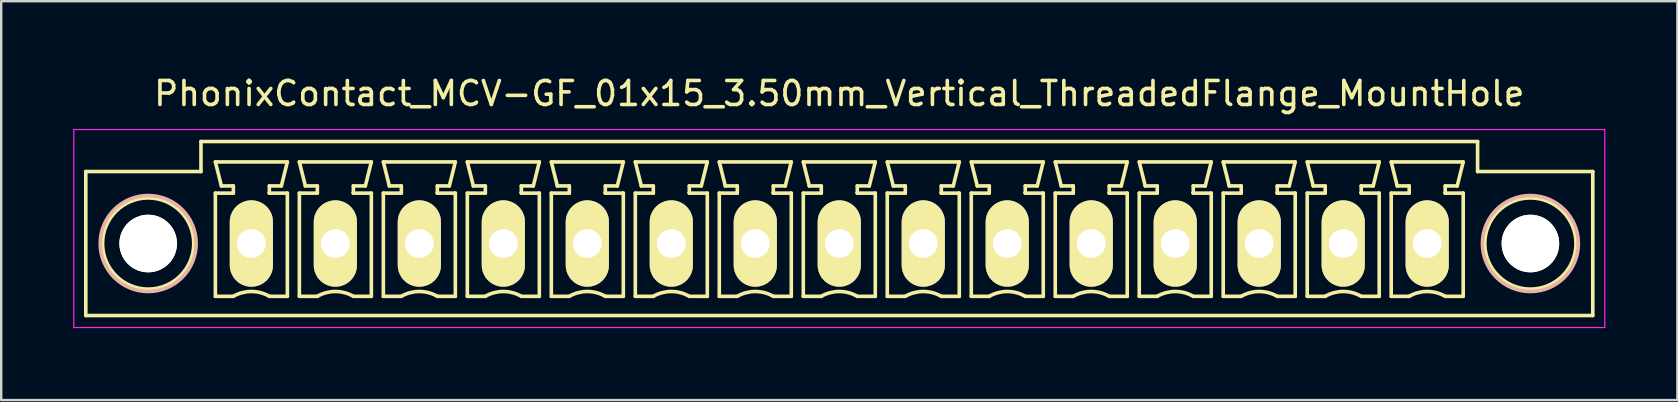
<source format=kicad_pcb>
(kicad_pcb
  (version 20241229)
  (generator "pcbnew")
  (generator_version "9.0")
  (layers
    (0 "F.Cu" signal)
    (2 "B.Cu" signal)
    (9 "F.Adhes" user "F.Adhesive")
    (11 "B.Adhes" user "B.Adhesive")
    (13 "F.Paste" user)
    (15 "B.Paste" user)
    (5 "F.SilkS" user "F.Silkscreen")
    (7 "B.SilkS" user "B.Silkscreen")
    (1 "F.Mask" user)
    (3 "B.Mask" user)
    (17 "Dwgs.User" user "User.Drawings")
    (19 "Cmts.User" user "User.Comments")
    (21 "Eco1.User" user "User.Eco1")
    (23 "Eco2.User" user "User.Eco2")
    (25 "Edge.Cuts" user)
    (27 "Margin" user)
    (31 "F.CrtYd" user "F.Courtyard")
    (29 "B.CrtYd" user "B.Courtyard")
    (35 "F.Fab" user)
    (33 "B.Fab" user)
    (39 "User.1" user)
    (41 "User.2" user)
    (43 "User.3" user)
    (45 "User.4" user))
  (footprint "PhonixContact_MCV-GF_01x15_3.50mm_Vertical_ThreadedFlange_MountHole"
    (layer "F.Cu")
    (at 7.425 7.098)
    (property "Reference" "PhonixContact_MCV-GF_01x15_3.50mm_Vertical_ThreadedFlange_MountHole" (at 24.5 -6.25 0) (layer "F.SilkS") (effects (font (size 1 1) (thickness 0.15))))
    (attr through_hole)
    (fp_line (start -6.9 -3) (end -6.9 3) (stroke (width 0.15) (type solid)) (layer "F.SilkS"))
    (fp_line (start -6.9 3) (end 55.9 3) (stroke (width 0.15) (type solid)) (layer "F.SilkS"))
    (fp_line (start -2.1 -4.25) (end -2.1 -3) (stroke (width 0.15) (type solid)) (layer "F.SilkS"))
    (fp_line (start -2.1 -3) (end -6.9 -3) (stroke (width 0.15) (type solid)) (layer "F.SilkS"))
    (fp_line (start -1.5 -3.4) (end 1.5 -3.4) (stroke (width 0.15) (type solid)) (layer "F.SilkS"))
    (fp_line (start -1.5 -2.1) (end -0.75 -2.1) (stroke (width 0.15) (type solid)) (layer "F.SilkS"))
    (fp_line (start -1.5 2.2) (end -1.5 -2.1) (stroke (width 0.15) (type solid)) (layer "F.SilkS"))
    (fp_line (start -1.25 -2.4) (end -1.5 -3.4) (stroke (width 0.15) (type solid)) (layer "F.SilkS"))
    (fp_line (start -0.75 -2.4) (end -1.25 -2.4) (stroke (width 0.15) (type solid)) (layer "F.SilkS"))
    (fp_line (start -0.75 -2.1) (end -0.75 -2.4) (stroke (width 0.15) (type solid)) (layer "F.SilkS"))
    (fp_line (start -0.75 2.2) (end -1.5 2.2) (stroke (width 0.15) (type solid)) (layer "F.SilkS"))
    (fp_line (start 0.75 -2.4) (end 0.75 -2.1) (stroke (width 0.15) (type solid)) (layer "F.SilkS"))
    (fp_line (start 0.75 -2.1) (end 0.75 -2.1) (stroke (width 0.15) (type solid)) (layer "F.SilkS"))
    (fp_line (start 0.75 -2.1) (end 1.5 -2.1) (stroke (width 0.15) (type solid)) (layer "F.SilkS"))
    (fp_line (start 1.25 -2.4) (end 0.75 -2.4) (stroke (width 0.15) (type solid)) (layer "F.SilkS"))
    (fp_line (start 1.5 -3.4) (end 1.25 -2.4) (stroke (width 0.15) (type solid)) (layer "F.SilkS"))
    (fp_line (start 1.5 -2.1) (end 1.5 2.2) (stroke (width 0.15) (type solid)) (layer "F.SilkS"))
    (fp_line (start 1.5 2.2) (end 0.75 2.2) (stroke (width 0.15) (type solid)) (layer "F.SilkS"))
    (fp_line (start 2 -3.4) (end 5 -3.4) (stroke (width 0.15) (type solid)) (layer "F.SilkS"))
    (fp_line (start 2 -2.1) (end 2.75 -2.1) (stroke (width 0.15) (type solid)) (layer "F.SilkS"))
    (fp_line (start 2 2.2) (end 2 -2.1) (stroke (width 0.15) (type solid)) (layer "F.SilkS"))
    (fp_line (start 2.25 -2.4) (end 2 -3.4) (stroke (width 0.15) (type solid)) (layer "F.SilkS"))
    (fp_line (start 2.75 -2.4) (end 2.25 -2.4) (stroke (width 0.15) (type solid)) (layer "F.SilkS"))
    (fp_line (start 2.75 -2.1) (end 2.75 -2.4) (stroke (width 0.15) (type solid)) (layer "F.SilkS"))
    (fp_line (start 2.75 2.2) (end 2 2.2) (stroke (width 0.15) (type solid)) (layer "F.SilkS"))
    (fp_line (start 4.25 -2.4) (end 4.25 -2.1) (stroke (width 0.15) (type solid)) (layer "F.SilkS"))
    (fp_line (start 4.25 -2.1) (end 4.25 -2.1) (stroke (width 0.15) (type solid)) (layer "F.SilkS"))
    (fp_line (start 4.25 -2.1) (end 5 -2.1) (stroke (width 0.15) (type solid)) (layer "F.SilkS"))
    (fp_line (start 4.75 -2.4) (end 4.25 -2.4) (stroke (width 0.15) (type solid)) (layer "F.SilkS"))
    (fp_line (start 5 -3.4) (end 4.75 -2.4) (stroke (width 0.15) (type solid)) (layer "F.SilkS"))
    (fp_line (start 5 -2.1) (end 5 2.2) (stroke (width 0.15) (type solid)) (layer "F.SilkS"))
    (fp_line (start 5 2.2) (end 4.25 2.2) (stroke (width 0.15) (type solid)) (layer "F.SilkS"))
    (fp_line (start 5.5 -3.4) (end 8.5 -3.4) (stroke (width 0.15) (type solid)) (layer "F.SilkS"))
    (fp_line (start 5.5 -2.1) (end 6.25 -2.1) (stroke (width 0.15) (type solid)) (layer "F.SilkS"))
    (fp_line (start 5.5 2.2) (end 5.5 -2.1) (stroke (width 0.15) (type solid)) (layer "F.SilkS"))
    (fp_line (start 5.75 -2.4) (end 5.5 -3.4) (stroke (width 0.15) (type solid)) (layer "F.SilkS"))
    (fp_line (start 6.25 -2.4) (end 5.75 -2.4) (stroke (width 0.15) (type solid)) (layer "F.SilkS"))
    (fp_line (start 6.25 -2.1) (end 6.25 -2.4) (stroke (width 0.15) (type solid)) (layer "F.SilkS"))
    (fp_line (start 6.25 2.2) (end 5.5 2.2) (stroke (width 0.15) (type solid)) (layer "F.SilkS"))
    (fp_line (start 7.75 -2.4) (end 7.75 -2.1) (stroke (width 0.15) (type solid)) (layer "F.SilkS"))
    (fp_line (start 7.75 -2.1) (end 7.75 -2.1) (stroke (width 0.15) (type solid)) (layer "F.SilkS"))
    (fp_line (start 7.75 -2.1) (end 8.5 -2.1) (stroke (width 0.15) (type solid)) (layer "F.SilkS"))
    (fp_line (start 8.25 -2.4) (end 7.75 -2.4) (stroke (width 0.15) (type solid)) (layer "F.SilkS"))
    (fp_line (start 8.5 -3.4) (end 8.25 -2.4) (stroke (width 0.15) (type solid)) (layer "F.SilkS"))
    (fp_line (start 8.5 -2.1) (end 8.5 2.2) (stroke (width 0.15) (type solid)) (layer "F.SilkS"))
    (fp_line (start 8.5 2.2) (end 7.75 2.2) (stroke (width 0.15) (type solid)) (layer "F.SilkS"))
    (fp_line (start 9 -3.4) (end 12 -3.4) (stroke (width 0.15) (type solid)) (layer "F.SilkS"))
    (fp_line (start 9 -2.1) (end 9.75 -2.1) (stroke (width 0.15) (type solid)) (layer "F.SilkS"))
    (fp_line (start 9 2.2) (end 9 -2.1) (stroke (width 0.15) (type solid)) (layer "F.SilkS"))
    (fp_line (start 9.25 -2.4) (end 9 -3.4) (stroke (width 0.15) (type solid)) (layer "F.SilkS"))
    (fp_line (start 9.75 -2.4) (end 9.25 -2.4) (stroke (width 0.15) (type solid)) (layer "F.SilkS"))
    (fp_line (start 9.75 -2.1) (end 9.75 -2.4) (stroke (width 0.15) (type solid)) (layer "F.SilkS"))
    (fp_line (start 9.75 2.2) (end 9 2.2) (stroke (width 0.15) (type solid)) (layer "F.SilkS"))
    (fp_line (start 11.25 -2.4) (end 11.25 -2.1) (stroke (width 0.15) (type solid)) (layer "F.SilkS"))
    (fp_line (start 11.25 -2.1) (end 11.25 -2.1) (stroke (width 0.15) (type solid)) (layer "F.SilkS"))
    (fp_line (start 11.25 -2.1) (end 12 -2.1) (stroke (width 0.15) (type solid)) (layer "F.SilkS"))
    (fp_line (start 11.75 -2.4) (end 11.25 -2.4) (stroke (width 0.15) (type solid)) (layer "F.SilkS"))
    (fp_line (start 12 -3.4) (end 11.75 -2.4) (stroke (width 0.15) (type solid)) (layer "F.SilkS"))
    (fp_line (start 12 -2.1) (end 12 2.2) (stroke (width 0.15) (type solid)) (layer "F.SilkS"))
    (fp_line (start 12 2.2) (end 11.25 2.2) (stroke (width 0.15) (type solid)) (layer "F.SilkS"))
    (fp_line (start 12.5 -3.4) (end 15.5 -3.4) (stroke (width 0.15) (type solid)) (layer "F.SilkS"))
    (fp_line (start 12.5 -2.1) (end 13.25 -2.1) (stroke (width 0.15) (type solid)) (layer "F.SilkS"))
    (fp_line (start 12.5 2.2) (end 12.5 -2.1) (stroke (width 0.15) (type solid)) (layer "F.SilkS"))
    (fp_line (start 12.75 -2.4) (end 12.5 -3.4) (stroke (width 0.15) (type solid)) (layer "F.SilkS"))
    (fp_line (start 13.25 -2.4) (end 12.75 -2.4) (stroke (width 0.15) (type solid)) (layer "F.SilkS"))
    (fp_line (start 13.25 -2.1) (end 13.25 -2.4) (stroke (width 0.15) (type solid)) (layer "F.SilkS"))
    (fp_line (start 13.25 2.2) (end 12.5 2.2) (stroke (width 0.15) (type solid)) (layer "F.SilkS"))
    (fp_line (start 14.75 -2.4) (end 14.75 -2.1) (stroke (width 0.15) (type solid)) (layer "F.SilkS"))
    (fp_line (start 14.75 -2.1) (end 14.75 -2.1) (stroke (width 0.15) (type solid)) (layer "F.SilkS"))
    (fp_line (start 14.75 -2.1) (end 15.5 -2.1) (stroke (width 0.15) (type solid)) (layer "F.SilkS"))
    (fp_line (start 15.25 -2.4) (end 14.75 -2.4) (stroke (width 0.15) (type solid)) (layer "F.SilkS"))
    (fp_line (start 15.5 -3.4) (end 15.25 -2.4) (stroke (width 0.15) (type solid)) (layer "F.SilkS"))
    (fp_line (start 15.5 -2.1) (end 15.5 2.2) (stroke (width 0.15) (type solid)) (layer "F.SilkS"))
    (fp_line (start 15.5 2.2) (end 14.75 2.2) (stroke (width 0.15) (type solid)) (layer "F.SilkS"))
    (fp_line (start 16 -3.4) (end 19 -3.4) (stroke (width 0.15) (type solid)) (layer "F.SilkS"))
    (fp_line (start 16 -2.1) (end 16.75 -2.1) (stroke (width 0.15) (type solid)) (layer "F.SilkS"))
    (fp_line (start 16 2.2) (end 16 -2.1) (stroke (width 0.15) (type solid)) (layer "F.SilkS"))
    (fp_line (start 16.25 -2.4) (end 16 -3.4) (stroke (width 0.15) (type solid)) (layer "F.SilkS"))
    (fp_line (start 16.75 -2.4) (end 16.25 -2.4) (stroke (width 0.15) (type solid)) (layer "F.SilkS"))
    (fp_line (start 16.75 -2.1) (end 16.75 -2.4) (stroke (width 0.15) (type solid)) (layer "F.SilkS"))
    (fp_line (start 16.75 2.2) (end 16 2.2) (stroke (width 0.15) (type solid)) (layer "F.SilkS"))
    (fp_line (start 18.25 -2.4) (end 18.25 -2.1) (stroke (width 0.15) (type solid)) (layer "F.SilkS"))
    (fp_line (start 18.25 -2.1) (end 18.25 -2.1) (stroke (width 0.15) (type solid)) (layer "F.SilkS"))
    (fp_line (start 18.25 -2.1) (end 19 -2.1) (stroke (width 0.15) (type solid)) (layer "F.SilkS"))
    (fp_line (start 18.75 -2.4) (end 18.25 -2.4) (stroke (width 0.15) (type solid)) (layer "F.SilkS"))
    (fp_line (start 19 -3.4) (end 18.75 -2.4) (stroke (width 0.15) (type solid)) (layer "F.SilkS"))
    (fp_line (start 19 -2.1) (end 19 2.2) (stroke (width 0.15) (type solid)) (layer "F.SilkS"))
    (fp_line (start 19 2.2) (end 18.25 2.2) (stroke (width 0.15) (type solid)) (layer "F.SilkS"))
    (fp_line (start 19.5 -3.4) (end 22.5 -3.4) (stroke (width 0.15) (type solid)) (layer "F.SilkS"))
    (fp_line (start 19.5 -2.1) (end 20.25 -2.1) (stroke (width 0.15) (type solid)) (layer "F.SilkS"))
    (fp_line (start 19.5 2.2) (end 19.5 -2.1) (stroke (width 0.15) (type solid)) (layer "F.SilkS"))
    (fp_line (start 19.75 -2.4) (end 19.5 -3.4) (stroke (width 0.15) (type solid)) (layer "F.SilkS"))
    (fp_line (start 20.25 -2.4) (end 19.75 -2.4) (stroke (width 0.15) (type solid)) (layer "F.SilkS"))
    (fp_line (start 20.25 -2.1) (end 20.25 -2.4) (stroke (width 0.15) (type solid)) (layer "F.SilkS"))
    (fp_line (start 20.25 2.2) (end 19.5 2.2) (stroke (width 0.15) (type solid)) (layer "F.SilkS"))
    (fp_line (start 21.75 -2.4) (end 21.75 -2.1) (stroke (width 0.15) (type solid)) (layer "F.SilkS"))
    (fp_line (start 21.75 -2.1) (end 21.75 -2.1) (stroke (width 0.15) (type solid)) (layer "F.SilkS"))
    (fp_line (start 21.75 -2.1) (end 22.5 -2.1) (stroke (width 0.15) (type solid)) (layer "F.SilkS"))
    (fp_line (start 22.25 -2.4) (end 21.75 -2.4) (stroke (width 0.15) (type solid)) (layer "F.SilkS"))
    (fp_line (start 22.5 -3.4) (end 22.25 -2.4) (stroke (width 0.15) (type solid)) (layer "F.SilkS"))
    (fp_line (start 22.5 -2.1) (end 22.5 2.2) (stroke (width 0.15) (type solid)) (layer "F.SilkS"))
    (fp_line (start 22.5 2.2) (end 21.75 2.2) (stroke (width 0.15) (type solid)) (layer "F.SilkS"))
    (fp_line (start 23 -3.4) (end 26 -3.4) (stroke (width 0.15) (type solid)) (layer "F.SilkS"))
    (fp_line (start 23 -2.1) (end 23.75 -2.1) (stroke (width 0.15) (type solid)) (layer "F.SilkS"))
    (fp_line (start 23 2.2) (end 23 -2.1) (stroke (width 0.15) (type solid)) (layer "F.SilkS"))
    (fp_line (start 23.25 -2.4) (end 23 -3.4) (stroke (width 0.15) (type solid)) (layer "F.SilkS"))
    (fp_line (start 23.75 -2.4) (end 23.25 -2.4) (stroke (width 0.15) (type solid)) (layer "F.SilkS"))
    (fp_line (start 23.75 -2.1) (end 23.75 -2.4) (stroke (width 0.15) (type solid)) (layer "F.SilkS"))
    (fp_line (start 23.75 2.2) (end 23 2.2) (stroke (width 0.15) (type solid)) (layer "F.SilkS"))
    (fp_line (start 25.25 -2.4) (end 25.25 -2.1) (stroke (width 0.15) (type solid)) (layer "F.SilkS"))
    (fp_line (start 25.25 -2.1) (end 25.25 -2.1) (stroke (width 0.15) (type solid)) (layer "F.SilkS"))
    (fp_line (start 25.25 -2.1) (end 26 -2.1) (stroke (width 0.15) (type solid)) (layer "F.SilkS"))
    (fp_line (start 25.75 -2.4) (end 25.25 -2.4) (stroke (width 0.15) (type solid)) (layer "F.SilkS"))
    (fp_line (start 26 -3.4) (end 25.75 -2.4) (stroke (width 0.15) (type solid)) (layer "F.SilkS"))
    (fp_line (start 26 -2.1) (end 26 2.2) (stroke (width 0.15) (type solid)) (layer "F.SilkS"))
    (fp_line (start 26 2.2) (end 25.25 2.2) (stroke (width 0.15) (type solid)) (layer "F.SilkS"))
    (fp_line (start 26.5 -3.4) (end 29.5 -3.4) (stroke (width 0.15) (type solid)) (layer "F.SilkS"))
    (fp_line (start 26.5 -2.1) (end 27.25 -2.1) (stroke (width 0.15) (type solid)) (layer "F.SilkS"))
    (fp_line (start 26.5 2.2) (end 26.5 -2.1) (stroke (width 0.15) (type solid)) (layer "F.SilkS"))
    (fp_line (start 26.75 -2.4) (end 26.5 -3.4) (stroke (width 0.15) (type solid)) (layer "F.SilkS"))
    (fp_line (start 27.25 -2.4) (end 26.75 -2.4) (stroke (width 0.15) (type solid)) (layer "F.SilkS"))
    (fp_line (start 27.25 -2.1) (end 27.25 -2.4) (stroke (width 0.15) (type solid)) (layer "F.SilkS"))
    (fp_line (start 27.25 2.2) (end 26.5 2.2) (stroke (width 0.15) (type solid)) (layer "F.SilkS"))
    (fp_line (start 28.75 -2.4) (end 28.75 -2.1) (stroke (width 0.15) (type solid)) (layer "F.SilkS"))
    (fp_line (start 28.75 -2.1) (end 28.75 -2.1) (stroke (width 0.15) (type solid)) (layer "F.SilkS"))
    (fp_line (start 28.75 -2.1) (end 29.5 -2.1) (stroke (width 0.15) (type solid)) (layer "F.SilkS"))
    (fp_line (start 29.25 -2.4) (end 28.75 -2.4) (stroke (width 0.15) (type solid)) (layer "F.SilkS"))
    (fp_line (start 29.5 -3.4) (end 29.25 -2.4) (stroke (width 0.15) (type solid)) (layer "F.SilkS"))
    (fp_line (start 29.5 -2.1) (end 29.5 2.2) (stroke (width 0.15) (type solid)) (layer "F.SilkS"))
    (fp_line (start 29.5 2.2) (end 28.75 2.2) (stroke (width 0.15) (type solid)) (layer "F.SilkS"))
    (fp_line (start 30 -3.4) (end 33 -3.4) (stroke (width 0.15) (type solid)) (layer "F.SilkS"))
    (fp_line (start 30 -2.1) (end 30.75 -2.1) (stroke (width 0.15) (type solid)) (layer "F.SilkS"))
    (fp_line (start 30 2.2) (end 30 -2.1) (stroke (width 0.15) (type solid)) (layer "F.SilkS"))
    (fp_line (start 30.25 -2.4) (end 30 -3.4) (stroke (width 0.15) (type solid)) (layer "F.SilkS"))
    (fp_line (start 30.75 -2.4) (end 30.25 -2.4) (stroke (width 0.15) (type solid)) (layer "F.SilkS"))
    (fp_line (start 30.75 -2.1) (end 30.75 -2.4) (stroke (width 0.15) (type solid)) (layer "F.SilkS"))
    (fp_line (start 30.75 2.2) (end 30 2.2) (stroke (width 0.15) (type solid)) (layer "F.SilkS"))
    (fp_line (start 32.25 -2.4) (end 32.25 -2.1) (stroke (width 0.15) (type solid)) (layer "F.SilkS"))
    (fp_line (start 32.25 -2.1) (end 32.25 -2.1) (stroke (width 0.15) (type solid)) (layer "F.SilkS"))
    (fp_line (start 32.25 -2.1) (end 33 -2.1) (stroke (width 0.15) (type solid)) (layer "F.SilkS"))
    (fp_line (start 32.75 -2.4) (end 32.25 -2.4) (stroke (width 0.15) (type solid)) (layer "F.SilkS"))
    (fp_line (start 33 -3.4) (end 32.75 -2.4) (stroke (width 0.15) (type solid)) (layer "F.SilkS"))
    (fp_line (start 33 -2.1) (end 33 2.2) (stroke (width 0.15) (type solid)) (layer "F.SilkS"))
    (fp_line (start 33 2.2) (end 32.25 2.2) (stroke (width 0.15) (type solid)) (layer "F.SilkS"))
    (fp_line (start 33.5 -3.4) (end 36.5 -3.4) (stroke (width 0.15) (type solid)) (layer "F.SilkS"))
    (fp_line (start 33.5 -2.1) (end 34.25 -2.1) (stroke (width 0.15) (type solid)) (layer "F.SilkS"))
    (fp_line (start 33.5 2.2) (end 33.5 -2.1) (stroke (width 0.15) (type solid)) (layer "F.SilkS"))
    (fp_line (start 33.75 -2.4) (end 33.5 -3.4) (stroke (width 0.15) (type solid)) (layer "F.SilkS"))
    (fp_line (start 34.25 -2.4) (end 33.75 -2.4) (stroke (width 0.15) (type solid)) (layer "F.SilkS"))
    (fp_line (start 34.25 -2.1) (end 34.25 -2.4) (stroke (width 0.15) (type solid)) (layer "F.SilkS"))
    (fp_line (start 34.25 2.2) (end 33.5 2.2) (stroke (width 0.15) (type solid)) (layer "F.SilkS"))
    (fp_line (start 35.75 -2.4) (end 35.75 -2.1) (stroke (width 0.15) (type solid)) (layer "F.SilkS"))
    (fp_line (start 35.75 -2.1) (end 35.75 -2.1) (stroke (width 0.15) (type solid)) (layer "F.SilkS"))
    (fp_line (start 35.75 -2.1) (end 36.5 -2.1) (stroke (width 0.15) (type solid)) (layer "F.SilkS"))
    (fp_line (start 36.25 -2.4) (end 35.75 -2.4) (stroke (width 0.15) (type solid)) (layer "F.SilkS"))
    (fp_line (start 36.5 -3.4) (end 36.25 -2.4) (stroke (width 0.15) (type solid)) (layer "F.SilkS"))
    (fp_line (start 36.5 -2.1) (end 36.5 2.2) (stroke (width 0.15) (type solid)) (layer "F.SilkS"))
    (fp_line (start 36.5 2.2) (end 35.75 2.2) (stroke (width 0.15) (type solid)) (layer "F.SilkS"))
    (fp_line (start 37 -3.4) (end 40 -3.4) (stroke (width 0.15) (type solid)) (layer "F.SilkS"))
    (fp_line (start 37 -2.1) (end 37.75 -2.1) (stroke (width 0.15) (type solid)) (layer "F.SilkS"))
    (fp_line (start 37 2.2) (end 37 -2.1) (stroke (width 0.15) (type solid)) (layer "F.SilkS"))
    (fp_line (start 37.25 -2.4) (end 37 -3.4) (stroke (width 0.15) (type solid)) (layer "F.SilkS"))
    (fp_line (start 37.75 -2.4) (end 37.25 -2.4) (stroke (width 0.15) (type solid)) (layer "F.SilkS"))
    (fp_line (start 37.75 -2.1) (end 37.75 -2.4) (stroke (width 0.15) (type solid)) (layer "F.SilkS"))
    (fp_line (start 37.75 2.2) (end 37 2.2) (stroke (width 0.15) (type solid)) (layer "F.SilkS"))
    (fp_line (start 39.25 -2.4) (end 39.25 -2.1) (stroke (width 0.15) (type solid)) (layer "F.SilkS"))
    (fp_line (start 39.25 -2.1) (end 39.25 -2.1) (stroke (width 0.15) (type solid)) (layer "F.SilkS"))
    (fp_line (start 39.25 -2.1) (end 40 -2.1) (stroke (width 0.15) (type solid)) (layer "F.SilkS"))
    (fp_line (start 39.75 -2.4) (end 39.25 -2.4) (stroke (width 0.15) (type solid)) (layer "F.SilkS"))
    (fp_line (start 40 -3.4) (end 39.75 -2.4) (stroke (width 0.15) (type solid)) (layer "F.SilkS"))
    (fp_line (start 40 -2.1) (end 40 2.2) (stroke (width 0.15) (type solid)) (layer "F.SilkS"))
    (fp_line (start 40 2.2) (end 39.25 2.2) (stroke (width 0.15) (type solid)) (layer "F.SilkS"))
    (fp_line (start 40.5 -3.4) (end 43.5 -3.4) (stroke (width 0.15) (type solid)) (layer "F.SilkS"))
    (fp_line (start 40.5 -2.1) (end 41.25 -2.1) (stroke (width 0.15) (type solid)) (layer "F.SilkS"))
    (fp_line (start 40.5 2.2) (end 40.5 -2.1) (stroke (width 0.15) (type solid)) (layer "F.SilkS"))
    (fp_line (start 40.75 -2.4) (end 40.5 -3.4) (stroke (width 0.15) (type solid)) (layer "F.SilkS"))
    (fp_line (start 41.25 -2.4) (end 40.75 -2.4) (stroke (width 0.15) (type solid)) (layer "F.SilkS"))
    (fp_line (start 41.25 -2.1) (end 41.25 -2.4) (stroke (width 0.15) (type solid)) (layer "F.SilkS"))
    (fp_line (start 41.25 2.2) (end 40.5 2.2) (stroke (width 0.15) (type solid)) (layer "F.SilkS"))
    (fp_line (start 42.75 -2.4) (end 42.75 -2.1) (stroke (width 0.15) (type solid)) (layer "F.SilkS"))
    (fp_line (start 42.75 -2.1) (end 42.75 -2.1) (stroke (width 0.15) (type solid)) (layer "F.SilkS"))
    (fp_line (start 42.75 -2.1) (end 43.5 -2.1) (stroke (width 0.15) (type solid)) (layer "F.SilkS"))
    (fp_line (start 43.25 -2.4) (end 42.75 -2.4) (stroke (width 0.15) (type solid)) (layer "F.SilkS"))
    (fp_line (start 43.5 -3.4) (end 43.25 -2.4) (stroke (width 0.15) (type solid)) (layer "F.SilkS"))
    (fp_line (start 43.5 -2.1) (end 43.5 2.2) (stroke (width 0.15) (type solid)) (layer "F.SilkS"))
    (fp_line (start 43.5 2.2) (end 42.75 2.2) (stroke (width 0.15) (type solid)) (layer "F.SilkS"))
    (fp_line (start 44 -3.4) (end 47 -3.4) (stroke (width 0.15) (type solid)) (layer "F.SilkS"))
    (fp_line (start 44 -2.1) (end 44.75 -2.1) (stroke (width 0.15) (type solid)) (layer "F.SilkS"))
    (fp_line (start 44 2.2) (end 44 -2.1) (stroke (width 0.15) (type solid)) (layer "F.SilkS"))
    (fp_line (start 44.25 -2.4) (end 44 -3.4) (stroke (width 0.15) (type solid)) (layer "F.SilkS"))
    (fp_line (start 44.75 -2.4) (end 44.25 -2.4) (stroke (width 0.15) (type solid)) (layer "F.SilkS"))
    (fp_line (start 44.75 -2.1) (end 44.75 -2.4) (stroke (width 0.15) (type solid)) (layer "F.SilkS"))
    (fp_line (start 44.75 2.2) (end 44 2.2) (stroke (width 0.15) (type solid)) (layer "F.SilkS"))
    (fp_line (start 46.25 -2.4) (end 46.25 -2.1) (stroke (width 0.15) (type solid)) (layer "F.SilkS"))
    (fp_line (start 46.25 -2.1) (end 46.25 -2.1) (stroke (width 0.15) (type solid)) (layer "F.SilkS"))
    (fp_line (start 46.25 -2.1) (end 47 -2.1) (stroke (width 0.15) (type solid)) (layer "F.SilkS"))
    (fp_line (start 46.75 -2.4) (end 46.25 -2.4) (stroke (width 0.15) (type solid)) (layer "F.SilkS"))
    (fp_line (start 47 -3.4) (end 46.75 -2.4) (stroke (width 0.15) (type solid)) (layer "F.SilkS"))
    (fp_line (start 47 -2.1) (end 47 2.2) (stroke (width 0.15) (type solid)) (layer "F.SilkS"))
    (fp_line (start 47 2.2) (end 46.25 2.2) (stroke (width 0.15) (type solid)) (layer "F.SilkS"))
    (fp_line (start 47.5 -3.4) (end 50.5 -3.4) (stroke (width 0.15) (type solid)) (layer "F.SilkS"))
    (fp_line (start 47.5 -2.1) (end 48.25 -2.1) (stroke (width 0.15) (type solid)) (layer "F.SilkS"))
    (fp_line (start 47.5 2.2) (end 47.5 -2.1) (stroke (width 0.15) (type solid)) (layer "F.SilkS"))
    (fp_line (start 47.75 -2.4) (end 47.5 -3.4) (stroke (width 0.15) (type solid)) (layer "F.SilkS"))
    (fp_line (start 48.25 -2.4) (end 47.75 -2.4) (stroke (width 0.15) (type solid)) (layer "F.SilkS"))
    (fp_line (start 48.25 -2.1) (end 48.25 -2.4) (stroke (width 0.15) (type solid)) (layer "F.SilkS"))
    (fp_line (start 48.25 2.2) (end 47.5 2.2) (stroke (width 0.15) (type solid)) (layer "F.SilkS"))
    (fp_line (start 49.75 -2.4) (end 49.75 -2.1) (stroke (width 0.15) (type solid)) (layer "F.SilkS"))
    (fp_line (start 49.75 -2.1) (end 49.75 -2.1) (stroke (width 0.15) (type solid)) (layer "F.SilkS"))
    (fp_line (start 49.75 -2.1) (end 50.5 -2.1) (stroke (width 0.15) (type solid)) (layer "F.SilkS"))
    (fp_line (start 50.25 -2.4) (end 49.75 -2.4) (stroke (width 0.15) (type solid)) (layer "F.SilkS"))
    (fp_line (start 50.5 -3.4) (end 50.25 -2.4) (stroke (width 0.15) (type solid)) (layer "F.SilkS"))
    (fp_line (start 50.5 -2.1) (end 50.5 2.2) (stroke (width 0.15) (type solid)) (layer "F.SilkS"))
    (fp_line (start 50.5 2.2) (end 49.75 2.2) (stroke (width 0.15) (type solid)) (layer "F.SilkS"))
    (fp_line (start 51.1 -4.25) (end -2.1 -4.25) (stroke (width 0.15) (type solid)) (layer "F.SilkS"))
    (fp_line (start 51.1 -3) (end 51.1 -4.25) (stroke (width 0.15) (type solid)) (layer "F.SilkS"))
    (fp_line (start 55.9 -3) (end 51.1 -3) (stroke (width 0.15) (type solid)) (layer "F.SilkS"))
    (fp_line (start 55.9 3) (end 55.9 -3) (stroke (width 0.15) (type solid)) (layer "F.SilkS"))
    (fp_arc (start -0.75 2.2) (mid -0.006068 1.999179) (end 0.739464 2.193978) (stroke (width 0.15) (type solid)) (layer "F.SilkS"))
    (fp_arc (start 2.75 2.2) (mid 3.493932 1.999179) (end 4.239464 2.193978) (stroke (width 0.15) (type solid)) (layer "F.SilkS"))
    (fp_arc (start 6.25 2.2) (mid 6.993932 1.999179) (end 7.739464 2.193978) (stroke (width 0.15) (type solid)) (layer "F.SilkS"))
    (fp_arc (start 9.75 2.2) (mid 10.493932 1.999179) (end 11.239464 2.193978) (stroke (width 0.15) (type solid)) (layer "F.SilkS"))
    (fp_arc (start 13.25 2.2) (mid 13.993932 1.999179) (end 14.739464 2.193978) (stroke (width 0.15) (type solid)) (layer "F.SilkS"))
    (fp_arc (start 16.75 2.2) (mid 17.493932 1.999179) (end 18.239464 2.193978) (stroke (width 0.15) (type solid)) (layer "F.SilkS"))
    (fp_arc (start 20.25 2.2) (mid 20.993932 1.999179) (end 21.739464 2.193978) (stroke (width 0.15) (type solid)) (layer "F.SilkS"))
    (fp_arc (start 23.75 2.2) (mid 24.493932 1.999179) (end 25.239464 2.193978) (stroke (width 0.15) (type solid)) (layer "F.SilkS"))
    (fp_arc (start 27.25 2.2) (mid 27.993932 1.999179) (end 28.739464 2.193978) (stroke (width 0.15) (type solid)) (layer "F.SilkS"))
    (fp_arc (start 30.75 2.2) (mid 31.493932 1.999179) (end 32.239464 2.193978) (stroke (width 0.15) (type solid)) (layer "F.SilkS"))
    (fp_arc (start 34.25 2.2) (mid 34.993932 1.999179) (end 35.739464 2.193978) (stroke (width 0.15) (type solid)) (layer "F.SilkS"))
    (fp_arc (start 37.75 2.2) (mid 38.493932 1.999179) (end 39.239464 2.193978) (stroke (width 0.15) (type solid)) (layer "F.SilkS"))
    (fp_arc (start 41.25 2.2) (mid 41.993932 1.999179) (end 42.739464 2.193978) (stroke (width 0.15) (type solid)) (layer "F.SilkS"))
    (fp_arc (start 44.75 2.2) (mid 45.493932 1.999179) (end 46.239464 2.193978) (stroke (width 0.15) (type solid)) (layer "F.SilkS"))
    (fp_arc (start 48.25 2.2) (mid 48.993932 1.999179) (end 49.739464 2.193978) (stroke (width 0.15) (type solid)) (layer "F.SilkS"))
    (fp_circle (center -4.3 0) (end -2.4 0) (stroke (width 0.15) (type solid)) (fill no) (layer "F.SilkS"))
    (fp_circle (center 53.3 0) (end 55.2 0) (stroke (width 0.15) (type solid)) (fill no) (layer "F.SilkS"))
    (fp_circle (center -4.3 0) (end -2.3 0) (stroke (width 0.15) (type solid)) (fill no) (layer "B.SilkS"))
    (fp_circle (center 53.3 0) (end 55.3 0) (stroke (width 0.15) (type solid)) (fill no) (layer "B.SilkS"))
    (fp_line (start -7.4 -4.75) (end -7.4 3.5) (stroke (width 0.05) (type solid)) (layer "F.CrtYd"))
    (fp_line (start -7.4 3.5) (end 56.4 3.5) (stroke (width 0.05) (type solid)) (layer "F.CrtYd"))
    (fp_line (start 56.4 -4.75) (end -7.4 -4.75) (stroke (width 0.05) (type solid)) (layer "F.CrtYd"))
    (fp_line (start 56.4 3.5) (end 56.4 -4.75) (stroke (width 0.05) (type solid)) (layer "F.CrtYd"))
    (pad "" np_thru_hole circle (at -4.3 0) (size 2.4 2.4) (drill 2.4) (layers "*.Cu" "*.Mask" "F.SilkS"))
    (pad "" np_thru_hole circle (at 53.3 0) (size 2.4 2.4) (drill 2.4) (layers "*.Cu" "*.Mask" "F.SilkS"))
    (pad "1" thru_hole oval (at 0 0) (size 1.8 3.6) (drill 1.2) (layers "*.Cu" "*.Mask" "F.SilkS"))
    (pad "2" thru_hole oval (at 3.5 0) (size 1.8 3.6) (drill 1.2) (layers "*.Cu" "*.Mask" "F.SilkS"))
    (pad "3" thru_hole oval (at 7 0) (size 1.8 3.6) (drill 1.2) (layers "*.Cu" "*.Mask" "F.SilkS"))
    (pad "4" thru_hole oval (at 10.5 0) (size 1.8 3.6) (drill 1.2) (layers "*.Cu" "*.Mask" "F.SilkS"))
    (pad "5" thru_hole oval (at 14 0) (size 1.8 3.6) (drill 1.2) (layers "*.Cu" "*.Mask" "F.SilkS"))
    (pad "6" thru_hole oval (at 17.5 0) (size 1.8 3.6) (drill 1.2) (layers "*.Cu" "*.Mask" "F.SilkS"))
    (pad "7" thru_hole oval (at 21 0) (size 1.8 3.6) (drill 1.2) (layers "*.Cu" "*.Mask" "F.SilkS"))
    (pad "8" thru_hole oval (at 24.5 0) (size 1.8 3.6) (drill 1.2) (layers "*.Cu" "*.Mask" "F.SilkS"))
    (pad "9" thru_hole oval (at 28 0) (size 1.8 3.6) (drill 1.2) (layers "*.Cu" "*.Mask" "F.SilkS"))
    (pad "10" thru_hole oval (at 31.5 0) (size 1.8 3.6) (drill 1.2) (layers "*.Cu" "*.Mask" "F.SilkS"))
    (pad "11" thru_hole oval (at 35 0) (size 1.8 3.6) (drill 1.2) (layers "*.Cu" "*.Mask" "F.SilkS"))
    (pad "12" thru_hole oval (at 38.5 0) (size 1.8 3.6) (drill 1.2) (layers "*.Cu" "*.Mask" "F.SilkS"))
    (pad "13" thru_hole oval (at 42 0) (size 1.8 3.6) (drill 1.2) (layers "*.Cu" "*.Mask" "F.SilkS"))
    (pad "14" thru_hole oval (at 45.5 0) (size 1.8 3.6) (drill 1.2) (layers "*.Cu" "*.Mask" "F.SilkS"))
    (pad "15" thru_hole oval (at 49 0) (size 1.8 3.6) (drill 1.2) (layers "*.Cu" "*.Mask" "F.SilkS")))
  (gr_rect
    (start -3 -3)
    (end 66.85 13.623)
    (stroke (width 0.1) (type default))
    (fill no)
    (layer "Edge.Cuts")))
</source>
